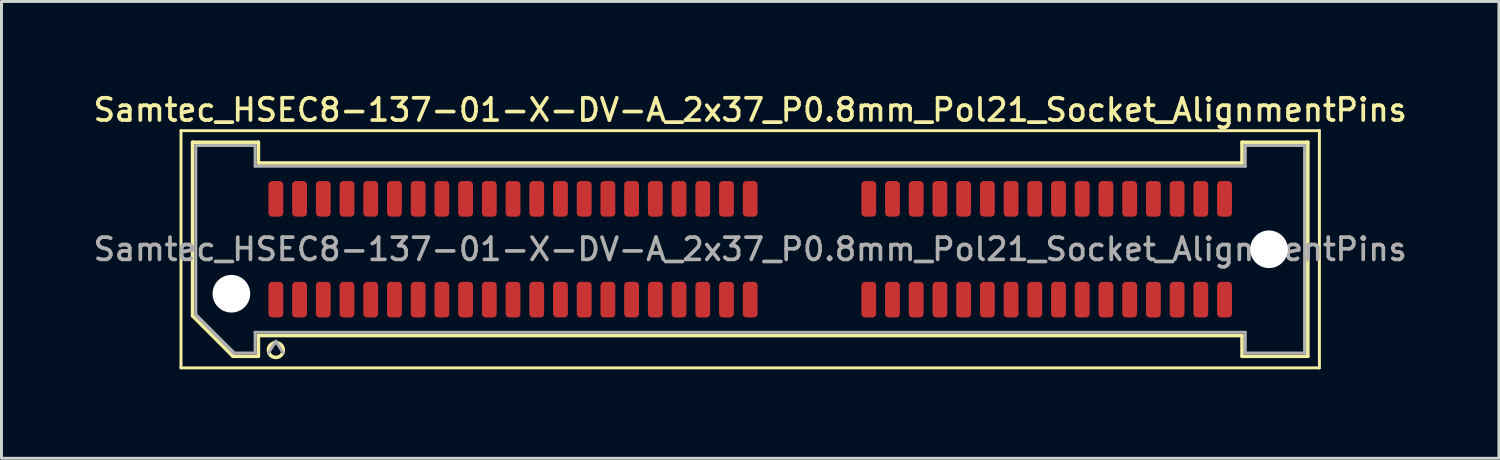
<source format=kicad_pcb>
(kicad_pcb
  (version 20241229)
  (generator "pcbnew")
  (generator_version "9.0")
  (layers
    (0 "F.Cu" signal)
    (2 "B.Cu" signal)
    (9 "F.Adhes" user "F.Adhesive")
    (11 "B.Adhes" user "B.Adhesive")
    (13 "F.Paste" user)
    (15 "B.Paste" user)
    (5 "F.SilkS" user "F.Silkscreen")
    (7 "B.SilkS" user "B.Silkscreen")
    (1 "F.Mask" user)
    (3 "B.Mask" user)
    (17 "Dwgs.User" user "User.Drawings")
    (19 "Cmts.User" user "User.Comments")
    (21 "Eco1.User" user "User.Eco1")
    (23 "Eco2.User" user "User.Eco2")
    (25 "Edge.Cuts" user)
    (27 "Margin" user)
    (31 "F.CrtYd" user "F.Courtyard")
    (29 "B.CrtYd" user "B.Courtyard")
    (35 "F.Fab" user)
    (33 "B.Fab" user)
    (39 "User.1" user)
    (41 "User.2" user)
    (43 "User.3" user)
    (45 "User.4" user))
  (footprint "Samtec_HSEC8-137-01-X-DV-A_2x37_P0.8mm_Pol21_Socket_AlignmentPins"
    (layer "F.Cu")
    (at 22.255 5.358)
    (property "Reference" "Samtec_HSEC8-137-01-X-DV-A_2x37_P0.8mm_Pol21_Socket_AlignmentPins" (at 0 -4.7 0) (layer "F.SilkS") (effects (font (size 0.75 0.75) (thickness 0.125))))
    (attr smd)
    (fp_line (start -19.2 -4) (end -19.2 4) (stroke (width 0.1) (type solid)) (layer "F.SilkS"))
    (fp_line (start -19.2 4) (end 19.2 4) (stroke (width 0.1) (type solid)) (layer "F.SilkS"))
    (fp_line (start -18.81 -3.61) (end -16.59 -3.61) (stroke (width 0.12) (type solid)) (layer "F.SilkS"))
    (fp_line (start -18.81 2.246) (end -18.81 -3.61) (stroke (width 0.12) (type solid)) (layer "F.SilkS"))
    (fp_line (start -17.446 3.61) (end -18.81 2.246) (stroke (width 0.12) (type solid)) (layer "F.SilkS"))
    (fp_line (start -16.59 -3.61) (end -16.59 -2.91) (stroke (width 0.12) (type solid)) (layer "F.SilkS"))
    (fp_line (start -16.59 -2.91) (end 16.59 -2.91) (stroke (width 0.12) (type solid)) (layer "F.SilkS"))
    (fp_line (start -16.59 2.91) (end -16.59 3.61) (stroke (width 0.12) (type solid)) (layer "F.SilkS"))
    (fp_line (start -16.59 3.61) (end -17.446 3.61) (stroke (width 0.12) (type solid)) (layer "F.SilkS"))
    (fp_line (start 16.59 -3.61) (end 18.81 -3.61) (stroke (width 0.12) (type solid)) (layer "F.SilkS"))
    (fp_line (start 16.59 -2.91) (end 16.59 -3.61) (stroke (width 0.12) (type solid)) (layer "F.SilkS"))
    (fp_line (start 16.59 2.91) (end -16.59 2.91) (stroke (width 0.12) (type solid)) (layer "F.SilkS"))
    (fp_line (start 16.59 3.61) (end 16.59 2.91) (stroke (width 0.12) (type solid)) (layer "F.SilkS"))
    (fp_line (start 18.81 -3.61) (end 18.81 3.61) (stroke (width 0.12) (type solid)) (layer "F.SilkS"))
    (fp_line (start 18.81 3.61) (end 16.59 3.61) (stroke (width 0.12) (type solid)) (layer "F.SilkS"))
    (fp_line (start 19.2 -4) (end -19.2 -4) (stroke (width 0.1) (type solid)) (layer "F.SilkS"))
    (fp_line (start 19.2 4) (end 19.2 -4) (stroke (width 0.1) (type solid)) (layer "F.SilkS"))
    (fp_arc (start -15.75 3.4) (mid -16.25 3.4) (end -15.75 3.4) (stroke (width 0.12) (type solid)) (layer "F.SilkS"))
    (fp_line (start -18.7 -3.5) (end -16.7 -3.5) (stroke (width 0.1) (type solid)) (layer "F.Fab"))
    (fp_line (start -18.7 2.2) (end -18.7 -3.5) (stroke (width 0.1) (type solid)) (layer "F.Fab"))
    (fp_line (start -17.4 3.5) (end -18.7 2.2) (stroke (width 0.1) (type solid)) (layer "F.Fab"))
    (fp_line (start -16.7 -3.5) (end -16.7 -2.8) (stroke (width 0.1) (type solid)) (layer "F.Fab"))
    (fp_line (start -16.7 -2.8) (end 16.7 -2.8) (stroke (width 0.1) (type solid)) (layer "F.Fab"))
    (fp_line (start -16.7 2.8) (end -16.7 3.5) (stroke (width 0.1) (type solid)) (layer "F.Fab"))
    (fp_line (start -16.7 3.5) (end -17.4 3.5) (stroke (width 0.1) (type solid)) (layer "F.Fab"))
    (fp_line (start -16 3.1) (end -16.25 3.5) (stroke (width 0.1) (type solid)) (layer "F.Fab"))
    (fp_line (start -16 3.1) (end -15.75 3.5) (stroke (width 0.1) (type solid)) (layer "F.Fab"))
    (fp_line (start 16.7 -3.5) (end 18.7 -3.5) (stroke (width 0.1) (type solid)) (layer "F.Fab"))
    (fp_line (start 16.7 -2.8) (end 16.7 -3.5) (stroke (width 0.1) (type solid)) (layer "F.Fab"))
    (fp_line (start 16.7 2.8) (end -16.7 2.8) (stroke (width 0.1) (type solid)) (layer "F.Fab"))
    (fp_line (start 16.7 3.5) (end 16.7 2.8) (stroke (width 0.1) (type solid)) (layer "F.Fab"))
    (fp_line (start 18.7 -3.5) (end 18.7 3.5) (stroke (width 0.1) (type solid)) (layer "F.Fab"))
    (fp_line (start 18.7 3.5) (end 16.7 3.5) (stroke (width 0.1) (type solid)) (layer "F.Fab"))
    (fp_text user "${REFERENCE}" (at 0 0 0) (layer "F.Fab") (effects (font (size 0.75 0.75) (thickness 0.125))))
    (pad "" np_thru_hole circle (at -17.5 1.5) (size 1.27 1.27) (drill 1.27) (layers "*.Cu" "*.Mask"))
    (pad "" np_thru_hole circle (at 17.5 0) (size 1.27 1.27) (drill 1.27) (layers "*.Cu" "*.Mask"))
    (pad "1" smd roundrect (at -16 1.7) (size 0.5 1.2) (layers "F.Cu" "F.Mask" "F.Paste") (roundrect_rratio 0.25))
    (pad "2" smd roundrect (at -16 -1.7) (size 0.5 1.2) (layers "F.Cu" "F.Mask" "F.Paste") (roundrect_rratio 0.25))
    (pad "3" smd roundrect (at -15.2 1.7) (size 0.5 1.2) (layers "F.Cu" "F.Mask" "F.Paste") (roundrect_rratio 0.25))
    (pad "4" smd roundrect (at -15.2 -1.7) (size 0.5 1.2) (layers "F.Cu" "F.Mask" "F.Paste") (roundrect_rratio 0.25))
    (pad "5" smd roundrect (at -14.4 1.7) (size 0.5 1.2) (layers "F.Cu" "F.Mask" "F.Paste") (roundrect_rratio 0.25))
    (pad "6" smd roundrect (at -14.4 -1.7) (size 0.5 1.2) (layers "F.Cu" "F.Mask" "F.Paste") (roundrect_rratio 0.25))
    (pad "7" smd roundrect (at -13.6 1.7) (size 0.5 1.2) (layers "F.Cu" "F.Mask" "F.Paste") (roundrect_rratio 0.25))
    (pad "8" smd roundrect (at -13.6 -1.7) (size 0.5 1.2) (layers "F.Cu" "F.Mask" "F.Paste") (roundrect_rratio 0.25))
    (pad "9" smd roundrect (at -12.8 1.7) (size 0.5 1.2) (layers "F.Cu" "F.Mask" "F.Paste") (roundrect_rratio 0.25))
    (pad "10" smd roundrect (at -12.8 -1.7) (size 0.5 1.2) (layers "F.Cu" "F.Mask" "F.Paste") (roundrect_rratio 0.25))
    (pad "11" smd roundrect (at -12 1.7) (size 0.5 1.2) (layers "F.Cu" "F.Mask" "F.Paste") (roundrect_rratio 0.25))
    (pad "12" smd roundrect (at -12 -1.7) (size 0.5 1.2) (layers "F.Cu" "F.Mask" "F.Paste") (roundrect_rratio 0.25))
    (pad "13" smd roundrect (at -11.2 1.7) (size 0.5 1.2) (layers "F.Cu" "F.Mask" "F.Paste") (roundrect_rratio 0.25))
    (pad "14" smd roundrect (at -11.2 -1.7) (size 0.5 1.2) (layers "F.Cu" "F.Mask" "F.Paste") (roundrect_rratio 0.25))
    (pad "15" smd roundrect (at -10.4 1.7) (size 0.5 1.2) (layers "F.Cu" "F.Mask" "F.Paste") (roundrect_rratio 0.25))
    (pad "16" smd roundrect (at -10.4 -1.7) (size 0.5 1.2) (layers "F.Cu" "F.Mask" "F.Paste") (roundrect_rratio 0.25))
    (pad "17" smd roundrect (at -9.6 1.7) (size 0.5 1.2) (layers "F.Cu" "F.Mask" "F.Paste") (roundrect_rratio 0.25))
    (pad "18" smd roundrect (at -9.6 -1.7) (size 0.5 1.2) (layers "F.Cu" "F.Mask" "F.Paste") (roundrect_rratio 0.25))
    (pad "19" smd roundrect (at -8.8 1.7) (size 0.5 1.2) (layers "F.Cu" "F.Mask" "F.Paste") (roundrect_rratio 0.25))
    (pad "20" smd roundrect (at -8.8 -1.7) (size 0.5 1.2) (layers "F.Cu" "F.Mask" "F.Paste") (roundrect_rratio 0.25))
    (pad "21" smd roundrect (at -8 1.7) (size 0.5 1.2) (layers "F.Cu" "F.Mask" "F.Paste") (roundrect_rratio 0.25))
    (pad "22" smd roundrect (at -8 -1.7) (size 0.5 1.2) (layers "F.Cu" "F.Mask" "F.Paste") (roundrect_rratio 0.25))
    (pad "23" smd roundrect (at -7.2 1.7) (size 0.5 1.2) (layers "F.Cu" "F.Mask" "F.Paste") (roundrect_rratio 0.25))
    (pad "24" smd roundrect (at -7.2 -1.7) (size 0.5 1.2) (layers "F.Cu" "F.Mask" "F.Paste") (roundrect_rratio 0.25))
    (pad "25" smd roundrect (at -6.4 1.7) (size 0.5 1.2) (layers "F.Cu" "F.Mask" "F.Paste") (roundrect_rratio 0.25))
    (pad "26" smd roundrect (at -6.4 -1.7) (size 0.5 1.2) (layers "F.Cu" "F.Mask" "F.Paste") (roundrect_rratio 0.25))
    (pad "27" smd roundrect (at -5.6 1.7) (size 0.5 1.2) (layers "F.Cu" "F.Mask" "F.Paste") (roundrect_rratio 0.25))
    (pad "28" smd roundrect (at -5.6 -1.7) (size 0.5 1.2) (layers "F.Cu" "F.Mask" "F.Paste") (roundrect_rratio 0.25))
    (pad "29" smd roundrect (at -4.8 1.7) (size 0.5 1.2) (layers "F.Cu" "F.Mask" "F.Paste") (roundrect_rratio 0.25))
    (pad "30" smd roundrect (at -4.8 -1.7) (size 0.5 1.2) (layers "F.Cu" "F.Mask" "F.Paste") (roundrect_rratio 0.25))
    (pad "31" smd roundrect (at -4 1.7) (size 0.5 1.2) (layers "F.Cu" "F.Mask" "F.Paste") (roundrect_rratio 0.25))
    (pad "32" smd roundrect (at -4 -1.7) (size 0.5 1.2) (layers "F.Cu" "F.Mask" "F.Paste") (roundrect_rratio 0.25))
    (pad "33" smd roundrect (at -3.2 1.7) (size 0.5 1.2) (layers "F.Cu" "F.Mask" "F.Paste") (roundrect_rratio 0.25))
    (pad "34" smd roundrect (at -3.2 -1.7) (size 0.5 1.2) (layers "F.Cu" "F.Mask" "F.Paste") (roundrect_rratio 0.25))
    (pad "35" smd roundrect (at -2.4 1.7) (size 0.5 1.2) (layers "F.Cu" "F.Mask" "F.Paste") (roundrect_rratio 0.25))
    (pad "36" smd roundrect (at -2.4 -1.7) (size 0.5 1.2) (layers "F.Cu" "F.Mask" "F.Paste") (roundrect_rratio 0.25))
    (pad "37" smd roundrect (at -1.6 1.7) (size 0.5 1.2) (layers "F.Cu" "F.Mask" "F.Paste") (roundrect_rratio 0.25))
    (pad "38" smd roundrect (at -1.6 -1.7) (size 0.5 1.2) (layers "F.Cu" "F.Mask" "F.Paste") (roundrect_rratio 0.25))
    (pad "39" smd roundrect (at -0.8 1.7) (size 0.5 1.2) (layers "F.Cu" "F.Mask" "F.Paste") (roundrect_rratio 0.25))
    (pad "40" smd roundrect (at -0.8 -1.7) (size 0.5 1.2) (layers "F.Cu" "F.Mask" "F.Paste") (roundrect_rratio 0.25))
    (pad "41" smd roundrect (at 0 1.7) (size 0.5 1.2) (layers "F.Cu" "F.Mask" "F.Paste") (roundrect_rratio 0.25))
    (pad "42" smd roundrect (at 0 -1.7) (size 0.5 1.2) (layers "F.Cu" "F.Mask" "F.Paste") (roundrect_rratio 0.25))
    (pad "43" smd roundrect (at 4 1.7) (size 0.5 1.2) (layers "F.Cu" "F.Mask" "F.Paste") (roundrect_rratio 0.25))
    (pad "44" smd roundrect (at 4 -1.7) (size 0.5 1.2) (layers "F.Cu" "F.Mask" "F.Paste") (roundrect_rratio 0.25))
    (pad "45" smd roundrect (at 4.8 1.7) (size 0.5 1.2) (layers "F.Cu" "F.Mask" "F.Paste") (roundrect_rratio 0.25))
    (pad "46" smd roundrect (at 4.8 -1.7) (size 0.5 1.2) (layers "F.Cu" "F.Mask" "F.Paste") (roundrect_rratio 0.25))
    (pad "47" smd roundrect (at 5.6 1.7) (size 0.5 1.2) (layers "F.Cu" "F.Mask" "F.Paste") (roundrect_rratio 0.25))
    (pad "48" smd roundrect (at 5.6 -1.7) (size 0.5 1.2) (layers "F.Cu" "F.Mask" "F.Paste") (roundrect_rratio 0.25))
    (pad "49" smd roundrect (at 6.4 1.7) (size 0.5 1.2) (layers "F.Cu" "F.Mask" "F.Paste") (roundrect_rratio 0.25))
    (pad "50" smd roundrect (at 6.4 -1.7) (size 0.5 1.2) (layers "F.Cu" "F.Mask" "F.Paste") (roundrect_rratio 0.25))
    (pad "51" smd roundrect (at 7.2 1.7) (size 0.5 1.2) (layers "F.Cu" "F.Mask" "F.Paste") (roundrect_rratio 0.25))
    (pad "52" smd roundrect (at 7.2 -1.7) (size 0.5 1.2) (layers "F.Cu" "F.Mask" "F.Paste") (roundrect_rratio 0.25))
    (pad "53" smd roundrect (at 8 1.7) (size 0.5 1.2) (layers "F.Cu" "F.Mask" "F.Paste") (roundrect_rratio 0.25))
    (pad "54" smd roundrect (at 8 -1.7) (size 0.5 1.2) (layers "F.Cu" "F.Mask" "F.Paste") (roundrect_rratio 0.25))
    (pad "55" smd roundrect (at 8.8 1.7) (size 0.5 1.2) (layers "F.Cu" "F.Mask" "F.Paste") (roundrect_rratio 0.25))
    (pad "56" smd roundrect (at 8.8 -1.7) (size 0.5 1.2) (layers "F.Cu" "F.Mask" "F.Paste") (roundrect_rratio 0.25))
    (pad "57" smd roundrect (at 9.6 1.7) (size 0.5 1.2) (layers "F.Cu" "F.Mask" "F.Paste") (roundrect_rratio 0.25))
    (pad "58" smd roundrect (at 9.6 -1.7) (size 0.5 1.2) (layers "F.Cu" "F.Mask" "F.Paste") (roundrect_rratio 0.25))
    (pad "59" smd roundrect (at 10.4 1.7) (size 0.5 1.2) (layers "F.Cu" "F.Mask" "F.Paste") (roundrect_rratio 0.25))
    (pad "60" smd roundrect (at 10.4 -1.7) (size 0.5 1.2) (layers "F.Cu" "F.Mask" "F.Paste") (roundrect_rratio 0.25))
    (pad "61" smd roundrect (at 11.2 1.7) (size 0.5 1.2) (layers "F.Cu" "F.Mask" "F.Paste") (roundrect_rratio 0.25))
    (pad "62" smd roundrect (at 11.2 -1.7) (size 0.5 1.2) (layers "F.Cu" "F.Mask" "F.Paste") (roundrect_rratio 0.25))
    (pad "63" smd roundrect (at 12 1.7) (size 0.5 1.2) (layers "F.Cu" "F.Mask" "F.Paste") (roundrect_rratio 0.25))
    (pad "64" smd roundrect (at 12 -1.7) (size 0.5 1.2) (layers "F.Cu" "F.Mask" "F.Paste") (roundrect_rratio 0.25))
    (pad "65" smd roundrect (at 12.8 1.7) (size 0.5 1.2) (layers "F.Cu" "F.Mask" "F.Paste") (roundrect_rratio 0.25))
    (pad "66" smd roundrect (at 12.8 -1.7) (size 0.5 1.2) (layers "F.Cu" "F.Mask" "F.Paste") (roundrect_rratio 0.25))
    (pad "67" smd roundrect (at 13.6 1.7) (size 0.5 1.2) (layers "F.Cu" "F.Mask" "F.Paste") (roundrect_rratio 0.25))
    (pad "68" smd roundrect (at 13.6 -1.7) (size 0.5 1.2) (layers "F.Cu" "F.Mask" "F.Paste") (roundrect_rratio 0.25))
    (pad "69" smd roundrect (at 14.4 1.7) (size 0.5 1.2) (layers "F.Cu" "F.Mask" "F.Paste") (roundrect_rratio 0.25))
    (pad "70" smd roundrect (at 14.4 -1.7) (size 0.5 1.2) (layers "F.Cu" "F.Mask" "F.Paste") (roundrect_rratio 0.25))
    (pad "71" smd roundrect (at 15.2 1.7) (size 0.5 1.2) (layers "F.Cu" "F.Mask" "F.Paste") (roundrect_rratio 0.25))
    (pad "72" smd roundrect (at 15.2 -1.7) (size 0.5 1.2) (layers "F.Cu" "F.Mask" "F.Paste") (roundrect_rratio 0.25))
    (pad "73" smd roundrect (at 16 1.7) (size 0.5 1.2) (layers "F.Cu" "F.Mask" "F.Paste") (roundrect_rratio 0.25))
    (pad "74" smd roundrect (at 16 -1.7) (size 0.5 1.2) (layers "F.Cu" "F.Mask" "F.Paste") (roundrect_rratio 0.25)))
  (gr_rect
    (start -3 -3)
    (end 47.511 12.408)
    (stroke (width 0.1) (type default))
    (fill no)
    (layer "Edge.Cuts")))
</source>
